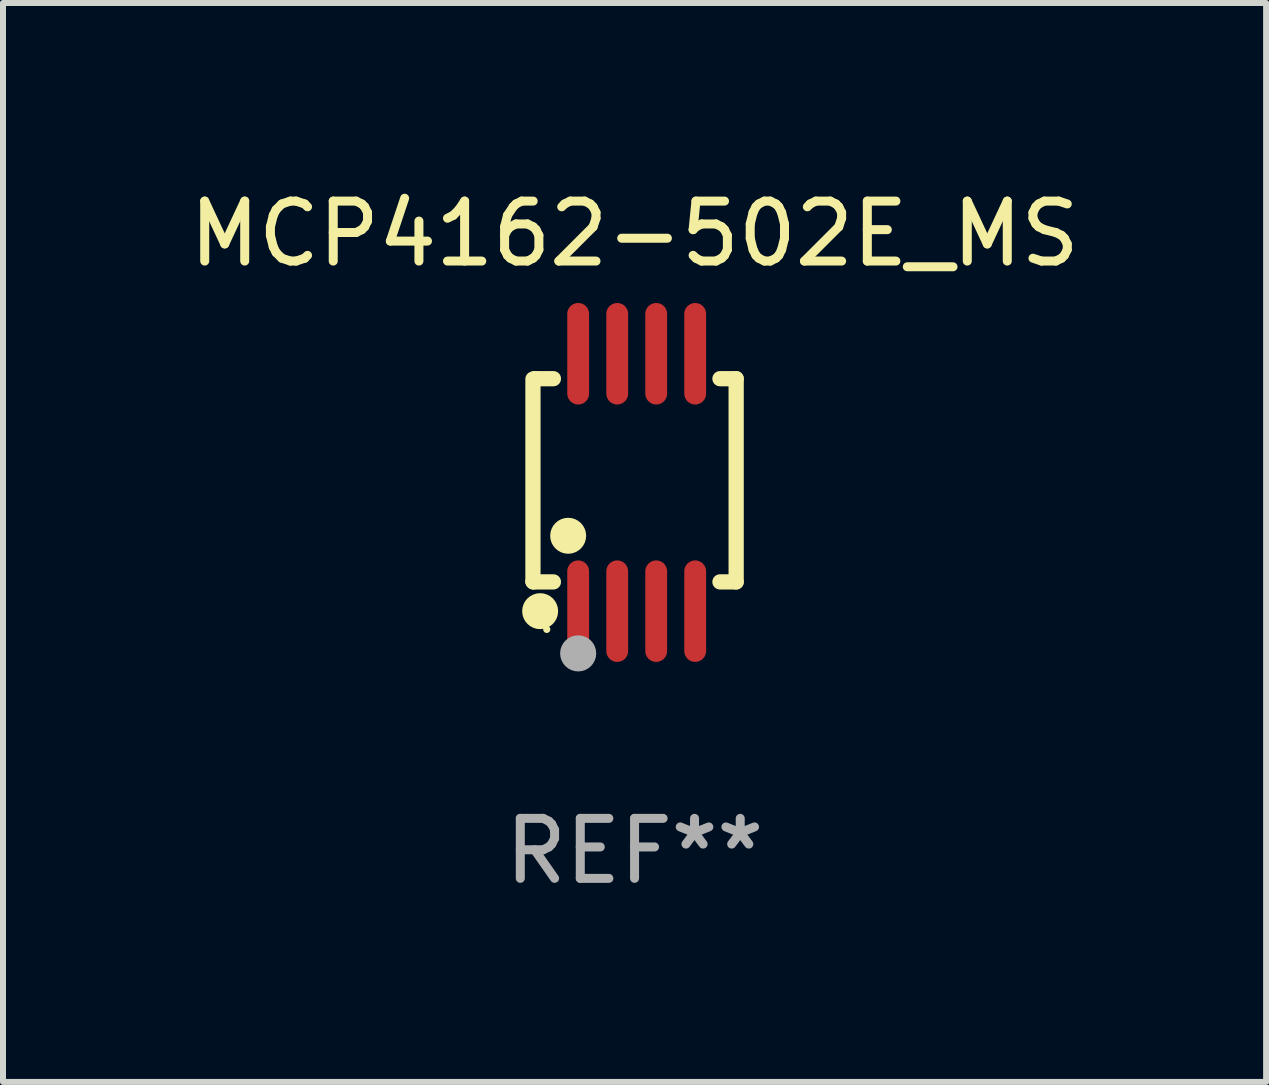
<source format=kicad_pcb>
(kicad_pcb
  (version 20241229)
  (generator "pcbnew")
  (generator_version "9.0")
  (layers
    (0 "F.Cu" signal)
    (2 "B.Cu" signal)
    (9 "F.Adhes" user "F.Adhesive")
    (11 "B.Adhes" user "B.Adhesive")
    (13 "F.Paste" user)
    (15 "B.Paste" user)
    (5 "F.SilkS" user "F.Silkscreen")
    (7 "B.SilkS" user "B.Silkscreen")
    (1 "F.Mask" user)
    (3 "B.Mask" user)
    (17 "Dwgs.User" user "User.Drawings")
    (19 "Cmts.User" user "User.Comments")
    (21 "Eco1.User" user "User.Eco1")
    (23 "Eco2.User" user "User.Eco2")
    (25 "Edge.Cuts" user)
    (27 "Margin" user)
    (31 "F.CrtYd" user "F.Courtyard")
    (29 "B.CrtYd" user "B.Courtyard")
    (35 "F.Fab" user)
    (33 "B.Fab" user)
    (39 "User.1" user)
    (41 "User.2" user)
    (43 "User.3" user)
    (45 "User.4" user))
  (footprint "MCP4162-502E_MS"
    (layer "F.Cu")
    (at 7.53 4.994)
    (property "Reference" "MCP4162-502E_MS" (at 0 -4.146 0) (layer "F.SilkS") (effects (font (size 1 1) (thickness 0.15))))
    (attr through_hole)
    (fp_line (start -1.694 -1.724) (end -1.694 1.652) (stroke (width 0.254) (type solid)) (layer "F.SilkS"))
    (fp_line (start -1.694 1.652) (end -1.688 1.658) (stroke (width 0.254) (type solid)) (layer "F.SilkS"))
    (fp_line (start -1.688 1.658) (end -1.353 1.658) (stroke (width 0.254) (type solid)) (layer "F.SilkS"))
    (fp_line (start -1.661 -1.73) (end -1.681 -1.71) (stroke (width 0.254) (type solid)) (layer "F.SilkS"))
    (fp_line (start -1.353 -1.73) (end -1.661 -1.73) (stroke (width 0.254) (type solid)) (layer "F.SilkS"))
    (fp_line (start 1.424 1.658) (end 1.694 1.658) (stroke (width 0.254) (type solid)) (layer "F.SilkS"))
    (fp_line (start 1.694 -1.73) (end 1.424 -1.73) (stroke (width 0.254) (type solid)) (layer "F.SilkS"))
    (fp_line (start 1.694 1.658) (end 1.694 -1.73) (stroke (width 0.254) (type solid)) (layer "F.SilkS"))
    (fp_circle (center -1.574 2.146) (end -1.424 2.146) (stroke (width 0.3) (type solid)) (fill no) (layer "F.SilkS"))
    (fp_circle (center -1.464 2.45) (end -1.434 2.45) (stroke (width 0.06) (type solid)) (fill no) (layer "F.SilkS"))
    (fp_circle (center -1.107 0.889) (end -0.957 0.889) (stroke (width 0.3) (type solid)) (fill no) (layer "F.SilkS"))
    (fp_circle (center -0.94 2.85) (end -0.789 2.85) (stroke (width 0.3) (type solid)) (fill no) (layer "F.Fab"))
    (fp_text user "REF**" (at 0 6.146 0) (layer "F.Fab") (effects (font (size 1 1) (thickness 0.15))))
    (pad "1" smd oval (at -0.94 2.146) (size 0.364 1.692) (layers "F.Cu" "F.Mask" "F.Paste"))
    (pad "2" smd oval (at -0.289 2.146) (size 0.364 1.692) (layers "F.Cu" "F.Mask" "F.Paste"))
    (pad "3" smd oval (at 0.361 2.146) (size 0.364 1.692) (layers "F.Cu" "F.Mask" "F.Paste"))
    (pad "4" smd oval (at 1.011 2.146) (size 0.364 1.692) (layers "F.Cu" "F.Mask" "F.Paste"))
    (pad "5" smd oval (at 1.011 -2.146) (size 0.364 1.692) (layers "F.Cu" "F.Mask" "F.Paste"))
    (pad "6" smd oval (at 0.361 -2.146) (size 0.364 1.692) (layers "F.Cu" "F.Mask" "F.Paste"))
    (pad "7" smd oval (at -0.289 -2.146) (size 0.364 1.692) (layers "F.Cu" "F.Mask" "F.Paste"))
    (pad "8" smd oval (at -0.94 -2.146) (size 0.364 1.692) (layers "F.Cu" "F.Mask" "F.Paste")))
  (gr_rect
    (start -3 -3)
    (end 18.06 14.989)
    (stroke (width 0.1) (type default))
    (fill no)
    (layer "Edge.Cuts")))
</source>
